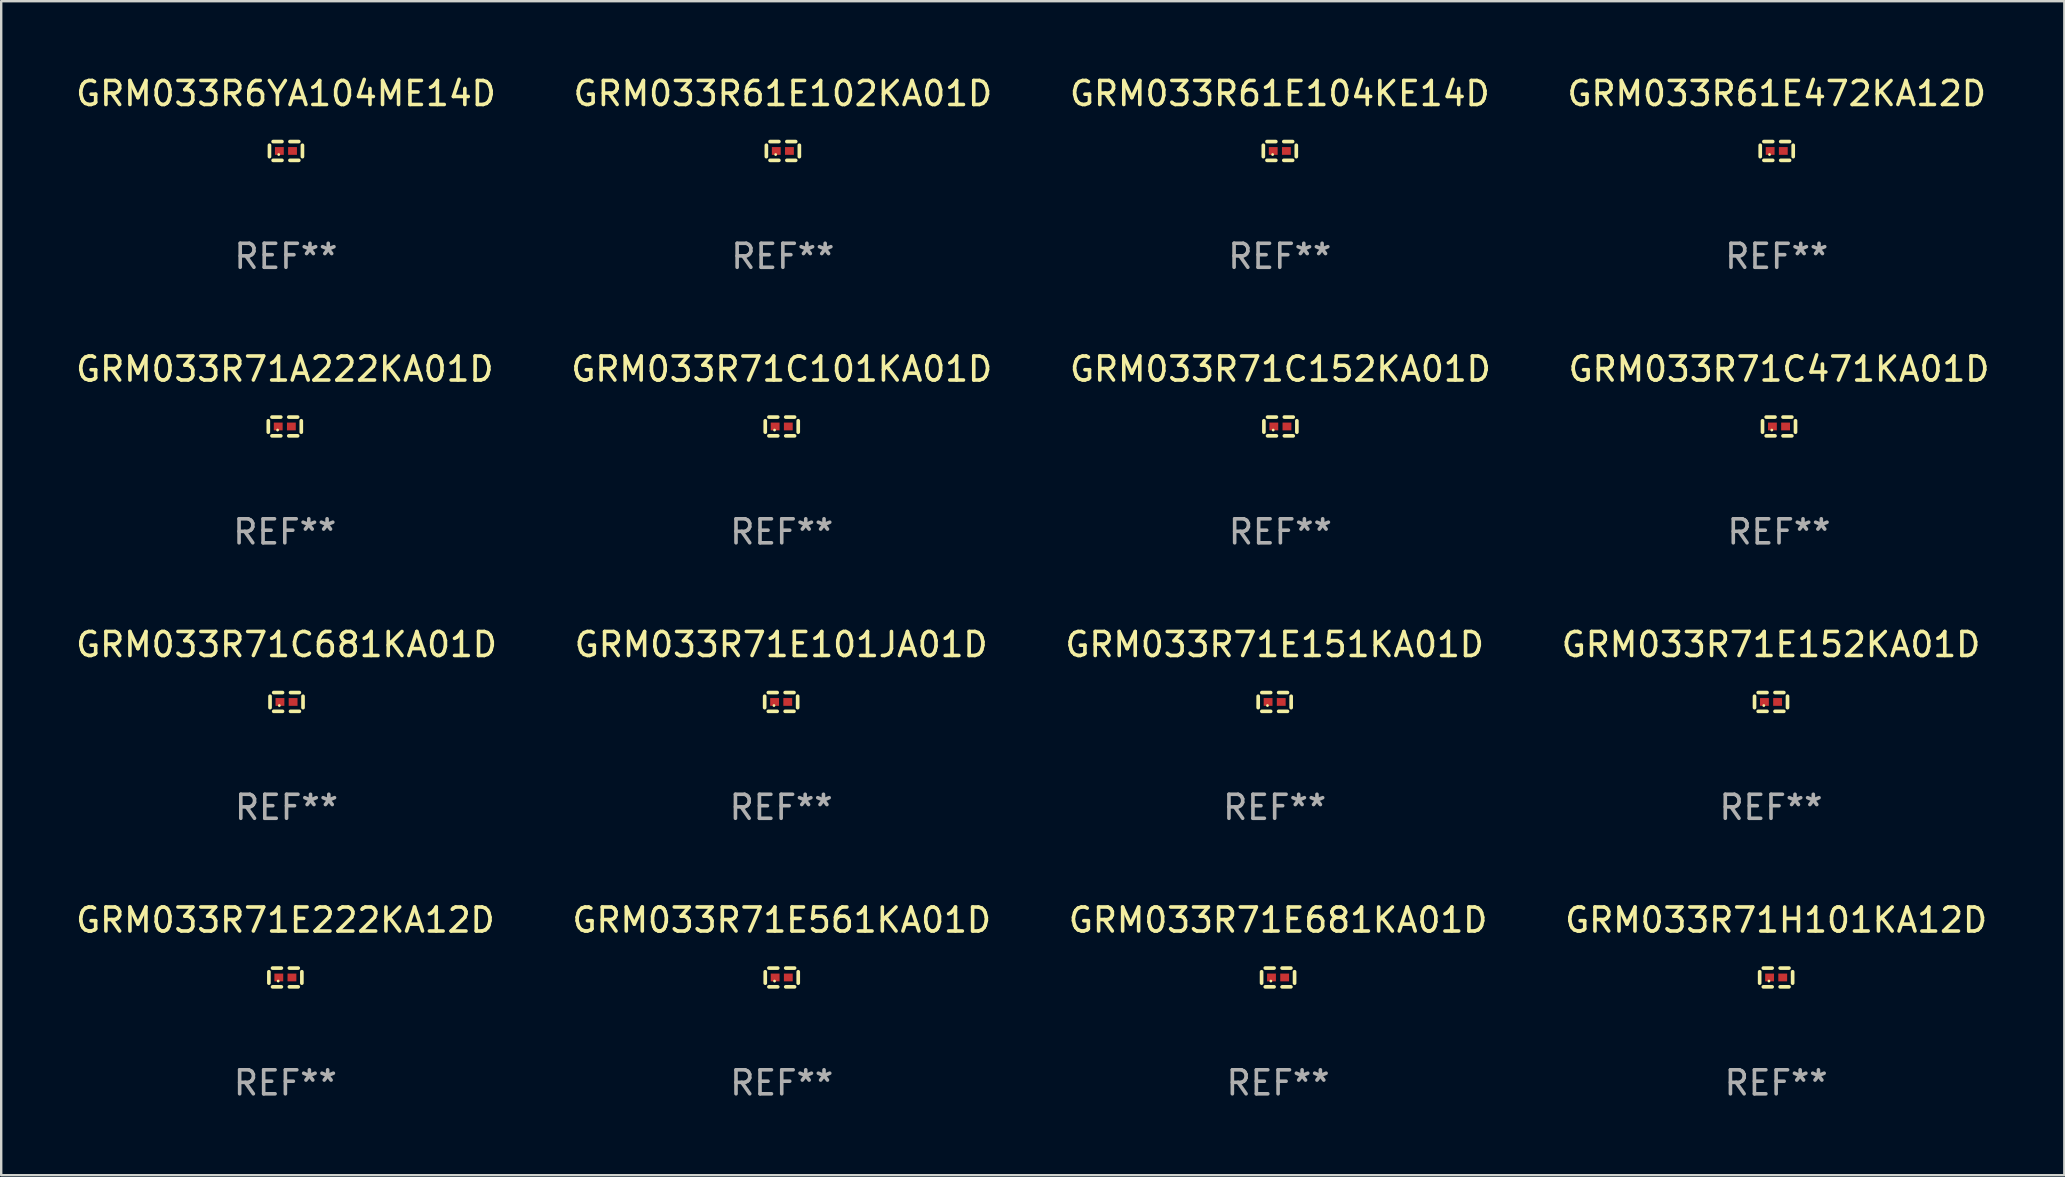
<source format=kicad_pcb>
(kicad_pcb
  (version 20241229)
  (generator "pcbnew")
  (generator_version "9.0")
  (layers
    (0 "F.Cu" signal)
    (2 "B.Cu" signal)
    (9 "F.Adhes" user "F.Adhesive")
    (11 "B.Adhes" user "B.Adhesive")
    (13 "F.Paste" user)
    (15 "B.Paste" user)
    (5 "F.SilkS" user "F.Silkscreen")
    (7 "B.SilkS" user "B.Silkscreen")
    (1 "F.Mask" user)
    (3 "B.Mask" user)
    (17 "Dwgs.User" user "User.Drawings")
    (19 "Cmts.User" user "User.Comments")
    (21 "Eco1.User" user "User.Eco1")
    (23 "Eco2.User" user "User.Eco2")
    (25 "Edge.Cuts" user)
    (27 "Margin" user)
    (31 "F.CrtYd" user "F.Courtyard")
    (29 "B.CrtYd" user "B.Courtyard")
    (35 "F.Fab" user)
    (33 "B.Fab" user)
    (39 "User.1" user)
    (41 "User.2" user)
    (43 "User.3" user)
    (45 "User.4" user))
  (footprint "GRM033R71E561KA01D"
    (layer "F.Cu")
    (at 29.518 37.672)
    (property "Reference" "GRM033R71E561KA01D" (at 0 -2.391 0) (layer "F.SilkS") (effects (font (size 1 1) (thickness 0.15))))
    (attr through_hole)
    (fp_line (start -0.687 0.238) (end -0.687 -0.238) (stroke (width 0.152) (type solid)) (layer "F.SilkS"))
    (fp_line (start -0.535 -0.391) (end -0.166 -0.391) (stroke (width 0.152) (type solid)) (layer "F.SilkS"))
    (fp_line (start -0.166 0.391) (end -0.535 0.391) (stroke (width 0.152) (type solid)) (layer "F.SilkS"))
    (fp_line (start 0.166 0.391) (end 0.535 0.391) (stroke (width 0.152) (type solid)) (layer "F.SilkS"))
    (fp_line (start 0.535 -0.391) (end 0.166 -0.391) (stroke (width 0.152) (type solid)) (layer "F.SilkS"))
    (fp_line (start 0.687 0.238) (end 0.687 -0.238) (stroke (width 0.152) (type solid)) (layer "F.SilkS"))
    (fp_circle (center -0.3 0.15) (end -0.27 0.15) (stroke (width 0.06) (type solid)) (fill no) (layer "F.SilkS"))
    (fp_text user "REF**" (at 0 4.391 0) (layer "F.Fab") (effects (font (size 1 1) (thickness 0.15))))
    (pad "1" smd rect (at -0.274 0) (size 0.368 0.324) (layers "F.Cu" "F.Mask" "F.Paste"))
    (pad "2" smd rect (at 0.274 0) (size 0.368 0.324) (layers "F.Cu" "F.Mask" "F.Paste")))
  (footprint "GRM033R71A222KA01D"
    (layer "F.Cu")
    (at 8.815 14.717)
    (property "Reference" "GRM033R71A222KA01D" (at 0 -2.391 0) (layer "F.SilkS") (effects (font (size 1 1) (thickness 0.15))))
    (attr through_hole)
    (fp_line (start -0.687 0.238) (end -0.687 -0.238) (stroke (width 0.152) (type solid)) (layer "F.SilkS"))
    (fp_line (start -0.535 -0.391) (end -0.166 -0.391) (stroke (width 0.152) (type solid)) (layer "F.SilkS"))
    (fp_line (start -0.166 0.391) (end -0.535 0.391) (stroke (width 0.152) (type solid)) (layer "F.SilkS"))
    (fp_line (start 0.166 0.391) (end 0.535 0.391) (stroke (width 0.152) (type solid)) (layer "F.SilkS"))
    (fp_line (start 0.535 -0.391) (end 0.166 -0.391) (stroke (width 0.152) (type solid)) (layer "F.SilkS"))
    (fp_line (start 0.687 0.238) (end 0.687 -0.238) (stroke (width 0.152) (type solid)) (layer "F.SilkS"))
    (fp_circle (center -0.3 0.15) (end -0.27 0.15) (stroke (width 0.06) (type solid)) (fill no) (layer "F.SilkS"))
    (fp_text user "REF**" (at 0 4.391 0) (layer "F.Fab") (effects (font (size 1 1) (thickness 0.15))))
    (pad "1" smd rect (at -0.274 0) (size 0.368 0.324) (layers "F.Cu" "F.Mask" "F.Paste"))
    (pad "2" smd rect (at 0.274 0) (size 0.368 0.324) (layers "F.Cu" "F.Mask" "F.Paste")))
  (footprint "GRM033R61E104KE14D"
    (layer "F.Cu")
    (at 50.268 3.239)
    (property "Reference" "GRM033R61E104KE14D" (at 0 -2.391 0) (layer "F.SilkS") (effects (font (size 1 1) (thickness 0.15))))
    (attr through_hole)
    (fp_line (start -0.687 0.238) (end -0.687 -0.238) (stroke (width 0.152) (type solid)) (layer "F.SilkS"))
    (fp_line (start -0.535 -0.391) (end -0.166 -0.391) (stroke (width 0.152) (type solid)) (layer "F.SilkS"))
    (fp_line (start -0.166 0.391) (end -0.535 0.391) (stroke (width 0.152) (type solid)) (layer "F.SilkS"))
    (fp_line (start 0.166 0.391) (end 0.535 0.391) (stroke (width 0.152) (type solid)) (layer "F.SilkS"))
    (fp_line (start 0.535 -0.391) (end 0.166 -0.391) (stroke (width 0.152) (type solid)) (layer "F.SilkS"))
    (fp_line (start 0.687 0.238) (end 0.687 -0.238) (stroke (width 0.152) (type solid)) (layer "F.SilkS"))
    (fp_circle (center -0.3 0.15) (end -0.27 0.15) (stroke (width 0.06) (type solid)) (fill no) (layer "F.SilkS"))
    (fp_text user "REF**" (at 0 4.391 0) (layer "F.Fab") (effects (font (size 1 1) (thickness 0.15))))
    (pad "1" smd rect (at -0.274 0) (size 0.368 0.324) (layers "F.Cu" "F.Mask" "F.Paste"))
    (pad "2" smd rect (at 0.274 0) (size 0.368 0.324) (layers "F.Cu" "F.Mask" "F.Paste")))
  (footprint "GRM033R71C471KA01D"
    (layer "F.Cu")
    (at 71.065 14.717)
    (property "Reference" "GRM033R71C471KA01D" (at 0 -2.391 0) (layer "F.SilkS") (effects (font (size 1 1) (thickness 0.15))))
    (attr through_hole)
    (fp_line (start -0.687 0.238) (end -0.687 -0.238) (stroke (width 0.152) (type solid)) (layer "F.SilkS"))
    (fp_line (start -0.535 -0.391) (end -0.166 -0.391) (stroke (width 0.152) (type solid)) (layer "F.SilkS"))
    (fp_line (start -0.166 0.391) (end -0.535 0.391) (stroke (width 0.152) (type solid)) (layer "F.SilkS"))
    (fp_line (start 0.166 0.391) (end 0.535 0.391) (stroke (width 0.152) (type solid)) (layer "F.SilkS"))
    (fp_line (start 0.535 -0.391) (end 0.166 -0.391) (stroke (width 0.152) (type solid)) (layer "F.SilkS"))
    (fp_line (start 0.687 0.238) (end 0.687 -0.238) (stroke (width 0.152) (type solid)) (layer "F.SilkS"))
    (fp_circle (center -0.3 0.15) (end -0.27 0.15) (stroke (width 0.06) (type solid)) (fill no) (layer "F.SilkS"))
    (fp_text user "REF**" (at 0 4.391 0) (layer "F.Fab") (effects (font (size 1 1) (thickness 0.15))))
    (pad "1" smd rect (at -0.274 0) (size 0.368 0.324) (layers "F.Cu" "F.Mask" "F.Paste"))
    (pad "2" smd rect (at 0.274 0) (size 0.368 0.324) (layers "F.Cu" "F.Mask" "F.Paste")))
  (footprint "GRM033R61E472KA12D"
    (layer "F.Cu")
    (at 70.97 3.239)
    (property "Reference" "GRM033R61E472KA12D" (at 0 -2.391 0) (layer "F.SilkS") (effects (font (size 1 1) (thickness 0.15))))
    (attr through_hole)
    (fp_line (start -0.687 0.238) (end -0.687 -0.238) (stroke (width 0.152) (type solid)) (layer "F.SilkS"))
    (fp_line (start -0.535 -0.391) (end -0.166 -0.391) (stroke (width 0.152) (type solid)) (layer "F.SilkS"))
    (fp_line (start -0.166 0.391) (end -0.535 0.391) (stroke (width 0.152) (type solid)) (layer "F.SilkS"))
    (fp_line (start 0.166 0.391) (end 0.535 0.391) (stroke (width 0.152) (type solid)) (layer "F.SilkS"))
    (fp_line (start 0.535 -0.391) (end 0.166 -0.391) (stroke (width 0.152) (type solid)) (layer "F.SilkS"))
    (fp_line (start 0.687 0.238) (end 0.687 -0.238) (stroke (width 0.152) (type solid)) (layer "F.SilkS"))
    (fp_circle (center -0.3 0.15) (end -0.27 0.15) (stroke (width 0.06) (type solid)) (fill no) (layer "F.SilkS"))
    (fp_text user "REF**" (at 0 4.391 0) (layer "F.Fab") (effects (font (size 1 1) (thickness 0.15))))
    (pad "1" smd rect (at -0.274 0) (size 0.368 0.324) (layers "F.Cu" "F.Mask" "F.Paste"))
    (pad "2" smd rect (at 0.274 0) (size 0.368 0.324) (layers "F.Cu" "F.Mask" "F.Paste")))
  (footprint "GRM033R61E102KA01D"
    (layer "F.Cu")
    (at 29.565 3.239)
    (property "Reference" "GRM033R61E102KA01D" (at 0 -2.391 0) (layer "F.SilkS") (effects (font (size 1 1) (thickness 0.15))))
    (attr through_hole)
    (fp_line (start -0.687 0.238) (end -0.687 -0.238) (stroke (width 0.152) (type solid)) (layer "F.SilkS"))
    (fp_line (start -0.535 -0.391) (end -0.166 -0.391) (stroke (width 0.152) (type solid)) (layer "F.SilkS"))
    (fp_line (start -0.166 0.391) (end -0.535 0.391) (stroke (width 0.152) (type solid)) (layer "F.SilkS"))
    (fp_line (start 0.166 0.391) (end 0.535 0.391) (stroke (width 0.152) (type solid)) (layer "F.SilkS"))
    (fp_line (start 0.535 -0.391) (end 0.166 -0.391) (stroke (width 0.152) (type solid)) (layer "F.SilkS"))
    (fp_line (start 0.687 0.238) (end 0.687 -0.238) (stroke (width 0.152) (type solid)) (layer "F.SilkS"))
    (fp_circle (center -0.3 0.15) (end -0.27 0.15) (stroke (width 0.06) (type solid)) (fill no) (layer "F.SilkS"))
    (fp_text user "REF**" (at 0 4.391 0) (layer "F.Fab") (effects (font (size 1 1) (thickness 0.15))))
    (pad "1" smd rect (at -0.274 0) (size 0.368 0.324) (layers "F.Cu" "F.Mask" "F.Paste"))
    (pad "2" smd rect (at 0.274 0) (size 0.368 0.324) (layers "F.Cu" "F.Mask" "F.Paste")))
  (footprint "GRM033R71E101JA01D"
    (layer "F.Cu")
    (at 29.494 26.194)
    (property "Reference" "GRM033R71E101JA01D" (at 0 -2.391 0) (layer "F.SilkS") (effects (font (size 1 1) (thickness 0.15))))
    (attr through_hole)
    (fp_line (start -0.687 0.238) (end -0.687 -0.238) (stroke (width 0.152) (type solid)) (layer "F.SilkS"))
    (fp_line (start -0.535 -0.391) (end -0.166 -0.391) (stroke (width 0.152) (type solid)) (layer "F.SilkS"))
    (fp_line (start -0.166 0.391) (end -0.535 0.391) (stroke (width 0.152) (type solid)) (layer "F.SilkS"))
    (fp_line (start 0.166 0.391) (end 0.535 0.391) (stroke (width 0.152) (type solid)) (layer "F.SilkS"))
    (fp_line (start 0.535 -0.391) (end 0.166 -0.391) (stroke (width 0.152) (type solid)) (layer "F.SilkS"))
    (fp_line (start 0.687 0.238) (end 0.687 -0.238) (stroke (width 0.152) (type solid)) (layer "F.SilkS"))
    (fp_circle (center -0.3 0.15) (end -0.27 0.15) (stroke (width 0.06) (type solid)) (fill no) (layer "F.SilkS"))
    (fp_text user "REF**" (at 0 4.391 0) (layer "F.Fab") (effects (font (size 1 1) (thickness 0.15))))
    (pad "1" smd rect (at -0.274 0) (size 0.368 0.324) (layers "F.Cu" "F.Mask" "F.Paste"))
    (pad "2" smd rect (at 0.274 0) (size 0.368 0.324) (layers "F.Cu" "F.Mask" "F.Paste")))
  (footprint "GRM033R71E152KA01D"
    (layer "F.Cu")
    (at 70.732 26.194)
    (property "Reference" "GRM033R71E152KA01D" (at 0 -2.391 0) (layer "F.SilkS") (effects (font (size 1 1) (thickness 0.15))))
    (attr through_hole)
    (fp_line (start -0.687 0.238) (end -0.687 -0.238) (stroke (width 0.152) (type solid)) (layer "F.SilkS"))
    (fp_line (start -0.535 -0.391) (end -0.166 -0.391) (stroke (width 0.152) (type solid)) (layer "F.SilkS"))
    (fp_line (start -0.166 0.391) (end -0.535 0.391) (stroke (width 0.152) (type solid)) (layer "F.SilkS"))
    (fp_line (start 0.166 0.391) (end 0.535 0.391) (stroke (width 0.152) (type solid)) (layer "F.SilkS"))
    (fp_line (start 0.535 -0.391) (end 0.166 -0.391) (stroke (width 0.152) (type solid)) (layer "F.SilkS"))
    (fp_line (start 0.687 0.238) (end 0.687 -0.238) (stroke (width 0.152) (type solid)) (layer "F.SilkS"))
    (fp_circle (center -0.3 0.15) (end -0.27 0.15) (stroke (width 0.06) (type solid)) (fill no) (layer "F.SilkS"))
    (fp_text user "REF**" (at 0 4.391 0) (layer "F.Fab") (effects (font (size 1 1) (thickness 0.15))))
    (pad "1" smd rect (at -0.274 0) (size 0.368 0.324) (layers "F.Cu" "F.Mask" "F.Paste"))
    (pad "2" smd rect (at 0.274 0) (size 0.368 0.324) (layers "F.Cu" "F.Mask" "F.Paste")))
  (footprint "GRM033R71C152KA01D"
    (layer "F.Cu")
    (at 50.292 14.717)
    (property "Reference" "GRM033R71C152KA01D" (at 0 -2.391 0) (layer "F.SilkS") (effects (font (size 1 1) (thickness 0.15))))
    (attr through_hole)
    (fp_line (start -0.687 0.238) (end -0.687 -0.238) (stroke (width 0.152) (type solid)) (layer "F.SilkS"))
    (fp_line (start -0.535 -0.391) (end -0.166 -0.391) (stroke (width 0.152) (type solid)) (layer "F.SilkS"))
    (fp_line (start -0.166 0.391) (end -0.535 0.391) (stroke (width 0.152) (type solid)) (layer "F.SilkS"))
    (fp_line (start 0.166 0.391) (end 0.535 0.391) (stroke (width 0.152) (type solid)) (layer "F.SilkS"))
    (fp_line (start 0.535 -0.391) (end 0.166 -0.391) (stroke (width 0.152) (type solid)) (layer "F.SilkS"))
    (fp_line (start 0.687 0.238) (end 0.687 -0.238) (stroke (width 0.152) (type solid)) (layer "F.SilkS"))
    (fp_circle (center -0.3 0.15) (end -0.27 0.15) (stroke (width 0.06) (type solid)) (fill no) (layer "F.SilkS"))
    (fp_text user "REF**" (at 0 4.391 0) (layer "F.Fab") (effects (font (size 1 1) (thickness 0.15))))
    (pad "1" smd rect (at -0.274 0) (size 0.368 0.324) (layers "F.Cu" "F.Mask" "F.Paste"))
    (pad "2" smd rect (at 0.274 0) (size 0.368 0.324) (layers "F.Cu" "F.Mask" "F.Paste")))
  (footprint "GRM033R71C101KA01D"
    (layer "F.Cu")
    (at 29.518 14.717)
    (property "Reference" "GRM033R71C101KA01D" (at 0 -2.391 0) (layer "F.SilkS") (effects (font (size 1 1) (thickness 0.15))))
    (attr through_hole)
    (fp_line (start -0.687 0.238) (end -0.687 -0.238) (stroke (width 0.152) (type solid)) (layer "F.SilkS"))
    (fp_line (start -0.535 -0.391) (end -0.166 -0.391) (stroke (width 0.152) (type solid)) (layer "F.SilkS"))
    (fp_line (start -0.166 0.391) (end -0.535 0.391) (stroke (width 0.152) (type solid)) (layer "F.SilkS"))
    (fp_line (start 0.166 0.391) (end 0.535 0.391) (stroke (width 0.152) (type solid)) (layer "F.SilkS"))
    (fp_line (start 0.535 -0.391) (end 0.166 -0.391) (stroke (width 0.152) (type solid)) (layer "F.SilkS"))
    (fp_line (start 0.687 0.238) (end 0.687 -0.238) (stroke (width 0.152) (type solid)) (layer "F.SilkS"))
    (fp_circle (center -0.3 0.15) (end -0.27 0.15) (stroke (width 0.06) (type solid)) (fill no) (layer "F.SilkS"))
    (fp_text user "REF**" (at 0 4.391 0) (layer "F.Fab") (effects (font (size 1 1) (thickness 0.15))))
    (pad "1" smd rect (at -0.274 0) (size 0.368 0.324) (layers "F.Cu" "F.Mask" "F.Paste"))
    (pad "2" smd rect (at 0.274 0) (size 0.368 0.324) (layers "F.Cu" "F.Mask" "F.Paste")))
  (footprint "GRM033R71C681KA01D"
    (layer "F.Cu")
    (at 8.887 26.194)
    (property "Reference" "GRM033R71C681KA01D" (at 0 -2.391 0) (layer "F.SilkS") (effects (font (size 1 1) (thickness 0.15))))
    (attr through_hole)
    (fp_line (start -0.687 0.238) (end -0.687 -0.238) (stroke (width 0.152) (type solid)) (layer "F.SilkS"))
    (fp_line (start -0.535 -0.391) (end -0.166 -0.391) (stroke (width 0.152) (type solid)) (layer "F.SilkS"))
    (fp_line (start -0.166 0.391) (end -0.535 0.391) (stroke (width 0.152) (type solid)) (layer "F.SilkS"))
    (fp_line (start 0.166 0.391) (end 0.535 0.391) (stroke (width 0.152) (type solid)) (layer "F.SilkS"))
    (fp_line (start 0.535 -0.391) (end 0.166 -0.391) (stroke (width 0.152) (type solid)) (layer "F.SilkS"))
    (fp_line (start 0.687 0.238) (end 0.687 -0.238) (stroke (width 0.152) (type solid)) (layer "F.SilkS"))
    (fp_circle (center -0.3 0.15) (end -0.27 0.15) (stroke (width 0.06) (type solid)) (fill no) (layer "F.SilkS"))
    (fp_text user "REF**" (at 0 4.391 0) (layer "F.Fab") (effects (font (size 1 1) (thickness 0.15))))
    (pad "1" smd rect (at -0.274 0) (size 0.368 0.324) (layers "F.Cu" "F.Mask" "F.Paste"))
    (pad "2" smd rect (at 0.274 0) (size 0.368 0.324) (layers "F.Cu" "F.Mask" "F.Paste")))
  (footprint "GRM033R71E681KA01D"
    (layer "F.Cu")
    (at 50.196 37.672)
    (property "Reference" "GRM033R71E681KA01D" (at 0 -2.391 0) (layer "F.SilkS") (effects (font (size 1 1) (thickness 0.15))))
    (attr through_hole)
    (fp_line (start -0.687 0.238) (end -0.687 -0.238) (stroke (width 0.152) (type solid)) (layer "F.SilkS"))
    (fp_line (start -0.535 -0.391) (end -0.166 -0.391) (stroke (width 0.152) (type solid)) (layer "F.SilkS"))
    (fp_line (start -0.166 0.391) (end -0.535 0.391) (stroke (width 0.152) (type solid)) (layer "F.SilkS"))
    (fp_line (start 0.166 0.391) (end 0.535 0.391) (stroke (width 0.152) (type solid)) (layer "F.SilkS"))
    (fp_line (start 0.535 -0.391) (end 0.166 -0.391) (stroke (width 0.152) (type solid)) (layer "F.SilkS"))
    (fp_line (start 0.687 0.238) (end 0.687 -0.238) (stroke (width 0.152) (type solid)) (layer "F.SilkS"))
    (fp_circle (center -0.3 0.15) (end -0.27 0.15) (stroke (width 0.06) (type solid)) (fill no) (layer "F.SilkS"))
    (fp_text user "REF**" (at 0 4.391 0) (layer "F.Fab") (effects (font (size 1 1) (thickness 0.15))))
    (pad "1" smd rect (at -0.274 0) (size 0.368 0.324) (layers "F.Cu" "F.Mask" "F.Paste"))
    (pad "2" smd rect (at 0.274 0) (size 0.368 0.324) (layers "F.Cu" "F.Mask" "F.Paste")))
  (footprint "GRM033R71E222KA12D"
    (layer "F.Cu")
    (at 8.839 37.672)
    (property "Reference" "GRM033R71E222KA12D" (at 0 -2.391 0) (layer "F.SilkS") (effects (font (size 1 1) (thickness 0.15))))
    (attr through_hole)
    (fp_line (start -0.687 0.238) (end -0.687 -0.238) (stroke (width 0.152) (type solid)) (layer "F.SilkS"))
    (fp_line (start -0.535 -0.391) (end -0.166 -0.391) (stroke (width 0.152) (type solid)) (layer "F.SilkS"))
    (fp_line (start -0.166 0.391) (end -0.535 0.391) (stroke (width 0.152) (type solid)) (layer "F.SilkS"))
    (fp_line (start 0.166 0.391) (end 0.535 0.391) (stroke (width 0.152) (type solid)) (layer "F.SilkS"))
    (fp_line (start 0.535 -0.391) (end 0.166 -0.391) (stroke (width 0.152) (type solid)) (layer "F.SilkS"))
    (fp_line (start 0.687 0.238) (end 0.687 -0.238) (stroke (width 0.152) (type solid)) (layer "F.SilkS"))
    (fp_circle (center -0.3 0.15) (end -0.27 0.15) (stroke (width 0.06) (type solid)) (fill no) (layer "F.SilkS"))
    (fp_text user "REF**" (at 0 4.391 0) (layer "F.Fab") (effects (font (size 1 1) (thickness 0.15))))
    (pad "1" smd rect (at -0.274 0) (size 0.368 0.324) (layers "F.Cu" "F.Mask" "F.Paste"))
    (pad "2" smd rect (at 0.274 0) (size 0.368 0.324) (layers "F.Cu" "F.Mask" "F.Paste")))
  (footprint "GRM033R71H101KA12D"
    (layer "F.Cu")
    (at 70.946 37.672)
    (property "Reference" "GRM033R71H101KA12D" (at 0 -2.391 0) (layer "F.SilkS") (effects (font (size 1 1) (thickness 0.15))))
    (attr through_hole)
    (fp_line (start -0.687 0.238) (end -0.687 -0.238) (stroke (width 0.152) (type solid)) (layer "F.SilkS"))
    (fp_line (start -0.535 -0.391) (end -0.166 -0.391) (stroke (width 0.152) (type solid)) (layer "F.SilkS"))
    (fp_line (start -0.166 0.391) (end -0.535 0.391) (stroke (width 0.152) (type solid)) (layer "F.SilkS"))
    (fp_line (start 0.166 0.391) (end 0.535 0.391) (stroke (width 0.152) (type solid)) (layer "F.SilkS"))
    (fp_line (start 0.535 -0.391) (end 0.166 -0.391) (stroke (width 0.152) (type solid)) (layer "F.SilkS"))
    (fp_line (start 0.687 0.238) (end 0.687 -0.238) (stroke (width 0.152) (type solid)) (layer "F.SilkS"))
    (fp_circle (center -0.3 0.15) (end -0.27 0.15) (stroke (width 0.06) (type solid)) (fill no) (layer "F.SilkS"))
    (fp_text user "REF**" (at 0 4.391 0) (layer "F.Fab") (effects (font (size 1 1) (thickness 0.15))))
    (pad "1" smd rect (at -0.274 0) (size 0.368 0.324) (layers "F.Cu" "F.Mask" "F.Paste"))
    (pad "2" smd rect (at 0.274 0) (size 0.368 0.324) (layers "F.Cu" "F.Mask" "F.Paste")))
  (footprint "GRM033R71E151KA01D"
    (layer "F.Cu")
    (at 50.054 26.194)
    (property "Reference" "GRM033R71E151KA01D" (at 0 -2.391 0) (layer "F.SilkS") (effects (font (size 1 1) (thickness 0.15))))
    (attr through_hole)
    (fp_line (start -0.687 0.238) (end -0.687 -0.238) (stroke (width 0.152) (type solid)) (layer "F.SilkS"))
    (fp_line (start -0.535 -0.391) (end -0.166 -0.391) (stroke (width 0.152) (type solid)) (layer "F.SilkS"))
    (fp_line (start -0.166 0.391) (end -0.535 0.391) (stroke (width 0.152) (type solid)) (layer "F.SilkS"))
    (fp_line (start 0.166 0.391) (end 0.535 0.391) (stroke (width 0.152) (type solid)) (layer "F.SilkS"))
    (fp_line (start 0.535 -0.391) (end 0.166 -0.391) (stroke (width 0.152) (type solid)) (layer "F.SilkS"))
    (fp_line (start 0.687 0.238) (end 0.687 -0.238) (stroke (width 0.152) (type solid)) (layer "F.SilkS"))
    (fp_circle (center -0.3 0.15) (end -0.27 0.15) (stroke (width 0.06) (type solid)) (fill no) (layer "F.SilkS"))
    (fp_text user "REF**" (at 0 4.391 0) (layer "F.Fab") (effects (font (size 1 1) (thickness 0.15))))
    (pad "1" smd rect (at -0.274 0) (size 0.368 0.324) (layers "F.Cu" "F.Mask" "F.Paste"))
    (pad "2" smd rect (at 0.274 0) (size 0.368 0.324) (layers "F.Cu" "F.Mask" "F.Paste")))
  (footprint "GRM033R6YA104ME14D"
    (layer "F.Cu")
    (at 8.863 3.239)
    (property "Reference" "GRM033R6YA104ME14D" (at 0 -2.391 0) (layer "F.SilkS") (effects (font (size 1 1) (thickness 0.15))))
    (attr through_hole)
    (fp_line (start -0.687 0.238) (end -0.687 -0.238) (stroke (width 0.152) (type solid)) (layer "F.SilkS"))
    (fp_line (start -0.535 -0.391) (end -0.166 -0.391) (stroke (width 0.152) (type solid)) (layer "F.SilkS"))
    (fp_line (start -0.166 0.391) (end -0.535 0.391) (stroke (width 0.152) (type solid)) (layer "F.SilkS"))
    (fp_line (start 0.166 0.391) (end 0.535 0.391) (stroke (width 0.152) (type solid)) (layer "F.SilkS"))
    (fp_line (start 0.535 -0.391) (end 0.166 -0.391) (stroke (width 0.152) (type solid)) (layer "F.SilkS"))
    (fp_line (start 0.687 0.238) (end 0.687 -0.238) (stroke (width 0.152) (type solid)) (layer "F.SilkS"))
    (fp_circle (center -0.3 0.15) (end -0.27 0.15) (stroke (width 0.06) (type solid)) (fill no) (layer "F.SilkS"))
    (fp_text user "REF**" (at 0 4.391 0) (layer "F.Fab") (effects (font (size 1 1) (thickness 0.15))))
    (pad "1" smd rect (at -0.274 0) (size 0.368 0.324) (layers "F.Cu" "F.Mask" "F.Paste"))
    (pad "2" smd rect (at 0.274 0) (size 0.368 0.324) (layers "F.Cu" "F.Mask" "F.Paste")))
  (gr_rect
    (start -3 -3)
    (end 82.952 45.911)
    (stroke (width 0.1) (type default))
    (fill no)
    (layer "Edge.Cuts")))
</source>
